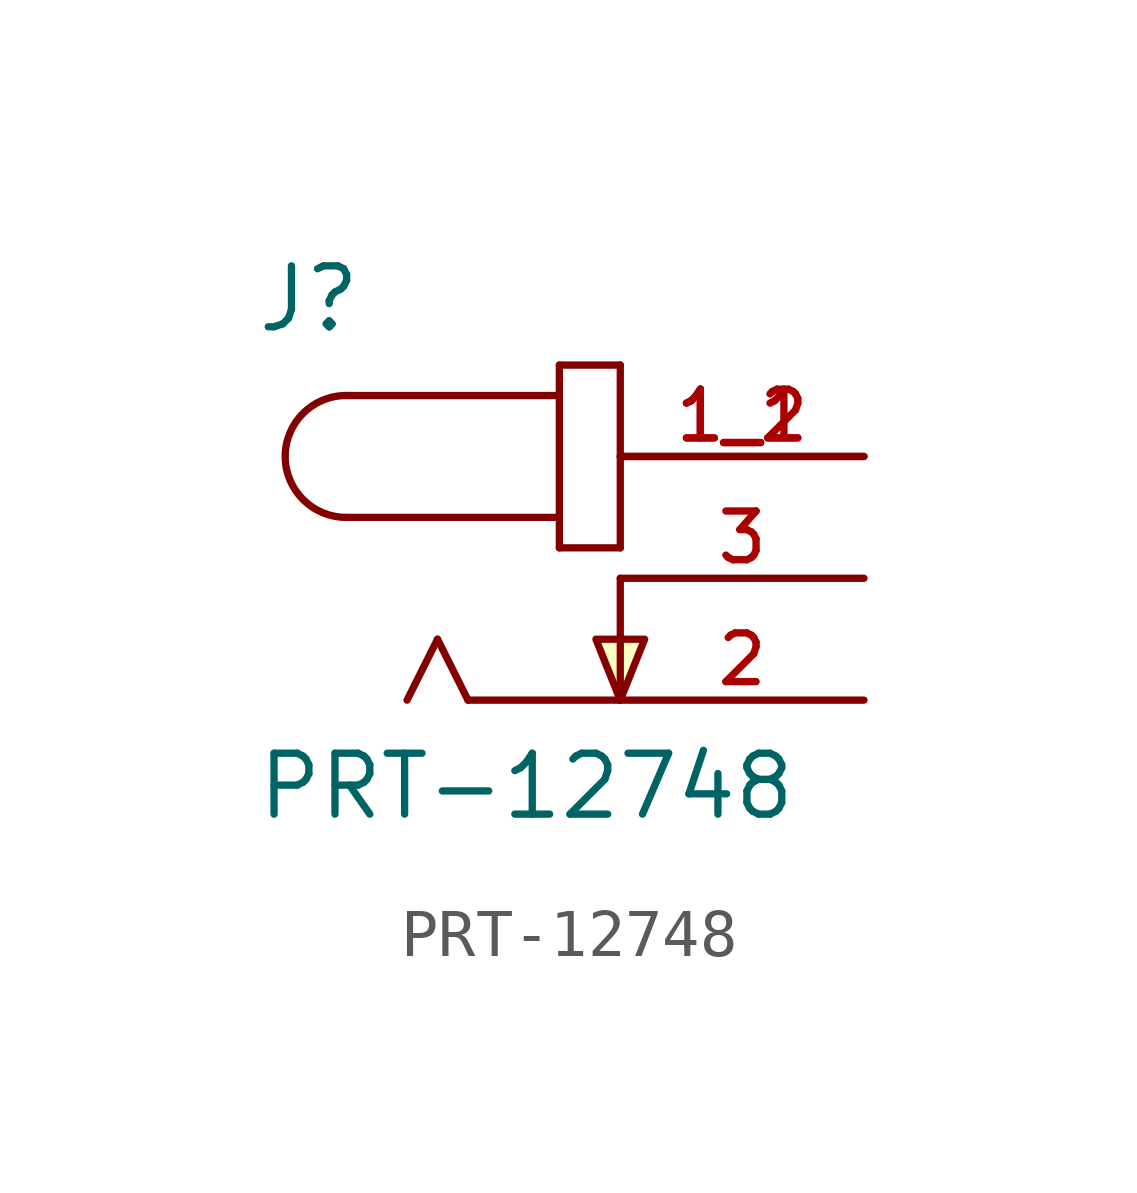
<source format=kicad_sym>
(kicad_symbol_lib
  (version 20211014)
  (generator kicad_symbol_editor)
  (symbol "PRT-12748"
    (pin_names
      (offset 1.016) hide)
    (property "Reference" "J"
      (at -7.62 5.08 0)
      (effects (font (size 1.27 1.27)) (justify left bottom)))
    (property "Value" "PRT-12748"
      (at -7.62 -5.08 0)
      (effects (font (size 1.27 1.27)) (justify left bottom)))
    (property "ki_locked" ""
      (at 0 0 0)
      (effects (font (size 1.27 1.27))))
    (symbol "PRT-12748_0_0"
      (arc (start -5.715 3.81) (mid -6.985 2.54) (end -5.715 1.27) (stroke (width 0.1524) (type default) (color 0 0 0 0)) (fill (type none)))
      (polyline (pts (xy -5.715 3.81) (xy -1.27 3.81)) (stroke (width 0.152) (type default) (color 0 0 0 0)) (fill (type none)))
      (polyline (pts (xy -3.81 -1.27) (xy -4.445 -2.54)) (stroke (width 0.152) (type default) (color 0 0 0 0)) (fill (type none)))
      (polyline (pts (xy -3.175 -2.54) (xy -3.81 -1.27)) (stroke (width 0.152) (type default) (color 0 0 0 0)) (fill (type none)))
      (polyline (pts (xy -1.27 0.635) (xy 0 0.635)) (stroke (width 0.152) (type default) (color 0 0 0 0)) (fill (type none)))
      (polyline (pts (xy -1.27 1.27) (xy -5.715 1.27)) (stroke (width 0.152) (type default) (color 0 0 0 0)) (fill (type none)))
      (polyline (pts (xy -1.27 1.27) (xy -1.27 0.635)) (stroke (width 0.152) (type default) (color 0 0 0 0)) (fill (type none)))
      (polyline (pts (xy -1.27 3.81) (xy -1.27 1.27)) (stroke (width 0.152) (type default) (color 0 0 0 0)) (fill (type none)))
      (polyline (pts (xy -1.27 4.445) (xy -1.27 3.81)) (stroke (width 0.152) (type default) (color 0 0 0 0)) (fill (type none)))
      (polyline (pts (xy 0 -2.54) (xy -3.175 -2.54)) (stroke (width 0.152) (type default) (color 0 0 0 0)) (fill (type none)))
      (polyline (pts (xy 0 0) (xy 0 -2.54)) (stroke (width 0.152) (type default) (color 0 0 0 0)) (fill (type none)))
      (polyline (pts (xy 0 0.635) (xy 0 4.445)) (stroke (width 0.152) (type default) (color 0 0 0 0)) (fill (type none)))
      (polyline (pts (xy 0 4.445) (xy -1.27 4.445)) (stroke (width 0.152) (type default) (color 0 0 0 0)) (fill (type none)))
      (polyline (pts (xy 0 -2.54) (xy -0.508 -1.27) (xy 0.508 -1.27) (xy 0 -2.54)) (stroke (width 0.152) (type default) (color 0 0 0 0)) (fill (type background)))
      (pin passive line (at 5.08 2.54 180) (length 5.08) (name "~" (effects (font (size 1.016 1.016)))) (number "1_1" (effects (font (size 1.016 1.016)))))
      (pin passive line (at 5.08 2.54 180) (length 5.08) (name "~" (effects (font (size 1.016 1.016)))) (number "1_2" (effects (font (size 1.016 1.016)))))
      (pin passive line (at 5.08 -2.54 180) (length 5.08) (name "~" (effects (font (size 1.016 1.016)))) (number "2" (effects (font (size 1.016 1.016)))))
      (pin passive line (at 5.08 0 180) (length 5.08) (name "~" (effects (font (size 1.016 1.016)))) (number "3" (effects (font (size 1.016 1.016))))))))
</source>
